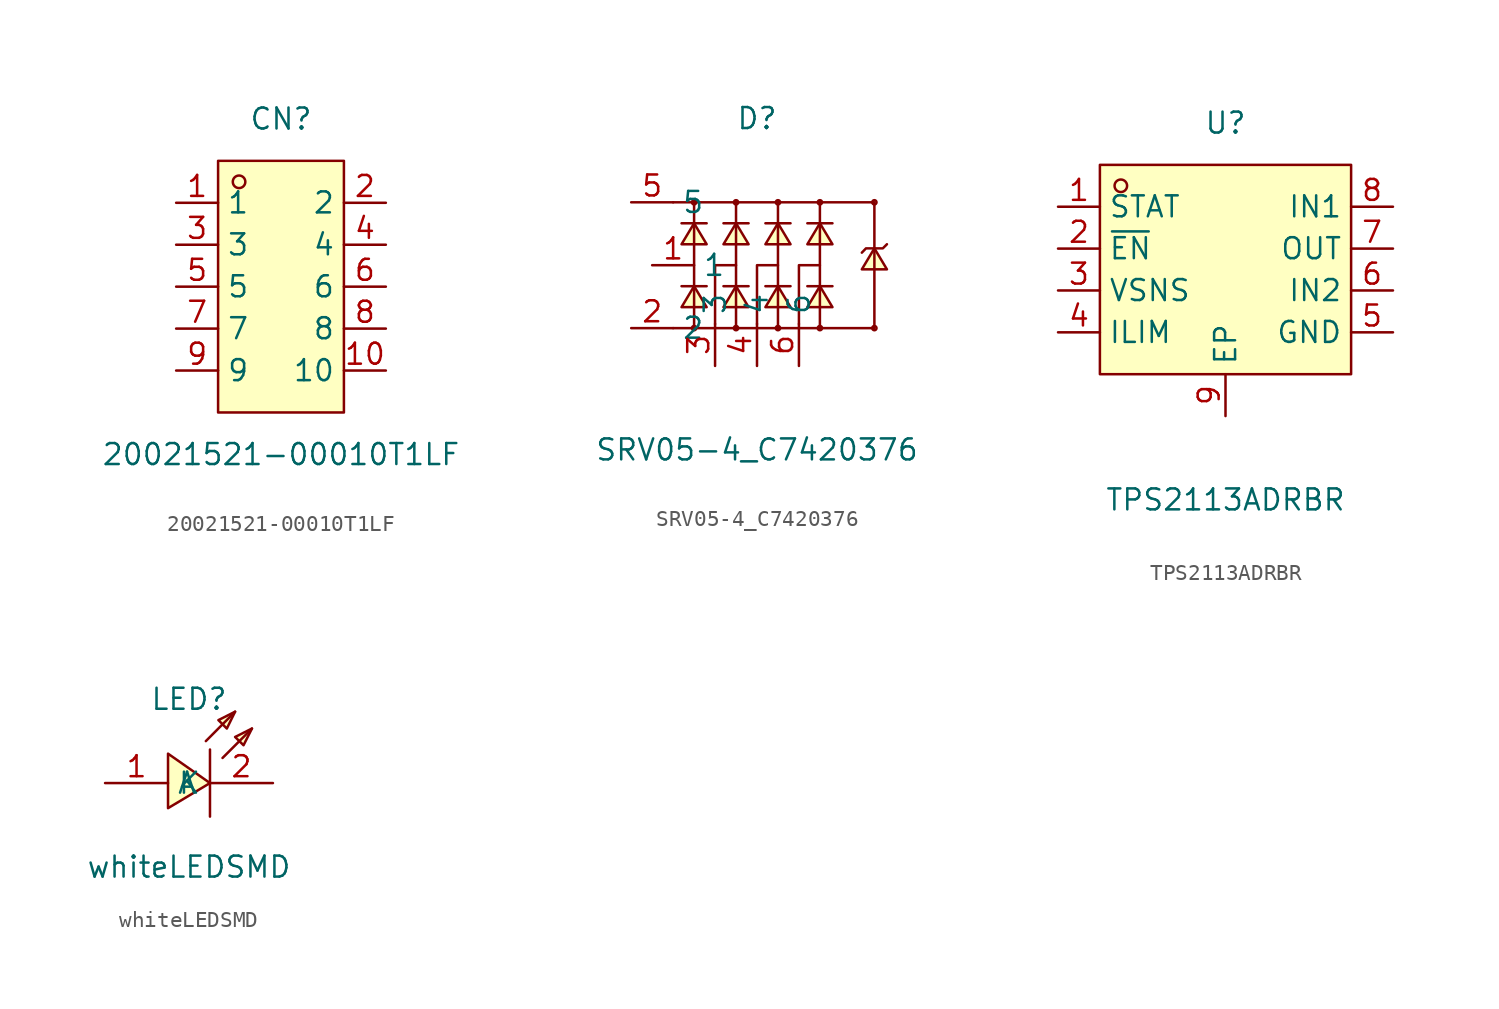
<source format=kicad_sym>
(kicad_symbol_lib
  (version 20220914)
  (generator https://github.com/uPesy/easyeda2kicad.py)
  (symbol "20021521-00010T1LF"
    (property "Reference" "CN"
      (at 0 10.16 0)
      (effects (font (size 1.27 1.27))))
    (property "Value" "20021521-00010T1LF"
      (at 0 -10.16 0)
      (effects (font (size 1.27 1.27))))
    (symbol "20021521-00010T1LF_0_1"
      (rectangle (start -3.81 7.62) (end 3.81 -7.62) (stroke (width 0) (type default) (color 0 0 0 0)) (fill (type background)))
      (circle (center -2.54 6.35) (radius 0.38) (stroke (width 0) (type default) (color 0 0 0 0)) (fill (type none)))
      (pin unspecified line (at -6.35 5.08 0) (length 2.54) (name "1" (effects (font (size 1.27 1.27)))) (number "1" (effects (font (size 1.27 1.27)))))
      (pin unspecified line (at 6.35 -5.08 180) (length 2.54) (name "10" (effects (font (size 1.27 1.27)))) (number "10" (effects (font (size 1.27 1.27)))))
      (pin unspecified line (at -6.35 2.54 0) (length 2.54) (name "3" (effects (font (size 1.27 1.27)))) (number "3" (effects (font (size 1.27 1.27)))))
      (pin unspecified line (at 6.35 -2.54 180) (length 2.54) (name "8" (effects (font (size 1.27 1.27)))) (number "8" (effects (font (size 1.27 1.27)))))
      (pin unspecified line (at -6.35 -0.00 0) (length 2.54) (name "5" (effects (font (size 1.27 1.27)))) (number "5" (effects (font (size 1.27 1.27)))))
      (pin unspecified line (at 6.35 -0.00 180) (length 2.54) (name "6" (effects (font (size 1.27 1.27)))) (number "6" (effects (font (size 1.27 1.27)))))
      (pin unspecified line (at -6.35 -2.54 0) (length 2.54) (name "7" (effects (font (size 1.27 1.27)))) (number "7" (effects (font (size 1.27 1.27)))))
      (pin unspecified line (at 6.35 2.54 180) (length 2.54) (name "4" (effects (font (size 1.27 1.27)))) (number "4" (effects (font (size 1.27 1.27)))))
      (pin unspecified line (at -6.35 -5.08 0) (length 2.54) (name "9" (effects (font (size 1.27 1.27)))) (number "9" (effects (font (size 1.27 1.27)))))
      (pin unspecified line (at 6.35 5.08 180) (length 2.54) (name "2" (effects (font (size 1.27 1.27)))) (number "2" (effects (font (size 1.27 1.27)))))))
  (symbol "SRV05-4_C7420376"
    (property "Reference" "D"
      (at 0 10.16 0)
      (effects (font (size 1.27 1.27))))
    (property "Value" "SRV05-4_C7420376"
      (at 0 -9.91 0)
      (effects (font (size 1.27 1.27))))
    (symbol "SRV05-4_C7420376_0_1"
      (circle (center -3.81 5.08) (radius 0.13) (stroke (width 0) (type default) (color 0 0 0 0)) (fill (type none)))
      (circle (center -1.27 5.08) (radius 0.13) (stroke (width 0) (type default) (color 0 0 0 0)) (fill (type none)))
      (circle (center 1.27 5.08) (radius 0.13) (stroke (width 0) (type default) (color 0 0 0 0)) (fill (type none)))
      (circle (center 3.81 5.08) (radius 0.13) (stroke (width 0) (type default) (color 0 0 0 0)) (fill (type none)))
      (circle (center 3.81 -2.54) (radius 0.13) (stroke (width 0) (type default) (color 0 0 0 0)) (fill (type none)))
      (circle (center 1.27 -2.54) (radius 0.13) (stroke (width 0) (type default) (color 0 0 0 0)) (fill (type none)))
      (circle (center -1.27 -2.54) (radius 0.13) (stroke (width 0) (type default) (color 0 0 0 0)) (fill (type none)))
      (circle (center -3.81 -2.54) (radius 0.13) (stroke (width 0) (type default) (color 0 0 0 0)) (fill (type none)))
      (circle (center 7.11 -2.54) (radius 0.13) (stroke (width 0) (type default) (color 0 0 0 0)) (fill (type none)))
      (circle (center 7.11 5.08) (radius 0.13) (stroke (width 0) (type default) (color 0 0 0 0)) (fill (type none)))
      (polyline (pts (xy -4.57 3.81) (xy -4.32 3.81) (xy -3.30 3.81) (xy -3.05 3.81)) (stroke (width 0) (type default) (color 0 0 0 0)) (fill (type none)))
      (polyline (pts (xy -2.03 3.81) (xy -1.78 3.81) (xy -0.76 3.81) (xy -0.51 3.81)) (stroke (width 0) (type default) (color 0 0 0 0)) (fill (type none)))
      (polyline (pts (xy 3.05 3.81) (xy 3.30 3.81) (xy 4.32 3.81) (xy 4.57 3.81)) (stroke (width 0) (type default) (color 0 0 0 0)) (fill (type none)))
      (polyline (pts (xy 0.51 3.81) (xy 0.76 3.81) (xy 1.78 3.81) (xy 2.03 3.81)) (stroke (width 0) (type default) (color 0 0 0 0)) (fill (type none)))
      (polyline (pts (xy 0.51 -0.00) (xy 0.76 -0.00) (xy 1.78 -0.00) (xy 2.03 -0.00)) (stroke (width 0) (type default) (color 0 0 0 0)) (fill (type none)))
      (polyline (pts (xy 3.05 -0.00) (xy 3.30 -0.00) (xy 4.32 -0.00) (xy 4.57 -0.00)) (stroke (width 0) (type default) (color 0 0 0 0)) (fill (type none)))
      (polyline (pts (xy -2.03 -0.00) (xy -1.78 -0.00) (xy -0.76 -0.00) (xy -0.51 -0.00)) (stroke (width 0) (type default) (color 0 0 0 0)) (fill (type none)))
      (polyline (pts (xy -4.57 -0.00) (xy -4.32 -0.00) (xy -3.30 -0.00) (xy -3.05 -0.00)) (stroke (width 0) (type default) (color 0 0 0 0)) (fill (type none)))
      (polyline (pts (xy 6.35 2.03) (xy 6.60 2.29) (xy 7.62 2.29) (xy 7.87 2.54)) (stroke (width 0) (type default) (color 0 0 0 0)) (fill (type none)))
      (polyline (pts (xy -5.08 5.08) (xy 7.11 5.08) (xy 7.11 -2.54) (xy -5.08 -2.54)) (stroke (width 0) (type default) (color 0 0 0 0)) (fill (type none)))
      (polyline (pts (xy -3.81 5.08) (xy -3.81 -2.54)) (stroke (width 0) (type default) (color 0 0 0 0)) (fill (type none)))
      (polyline (pts (xy -1.27 5.08) (xy -1.27 -2.54)) (stroke (width 0) (type default) (color 0 0 0 0)) (fill (type none)))
      (polyline (pts (xy 1.27 5.08) (xy 1.27 -2.54)) (stroke (width 0) (type default) (color 0 0 0 0)) (fill (type none)))
      (polyline (pts (xy 3.81 5.08) (xy 3.81 -2.54)) (stroke (width 0) (type default) (color 0 0 0 0)) (fill (type none)))
      (polyline (pts (xy -1.27 1.27) (xy -2.54 1.27) (xy -2.54 -2.29)) (stroke (width 0) (type default) (color 0 0 0 0)) (fill (type none)))
      (polyline (pts (xy 1.27 1.27) (xy 0.00 1.27) (xy 0.00 -2.29)) (stroke (width 0) (type default) (color 0 0 0 0)) (fill (type none)))
      (polyline (pts (xy 3.81 1.27) (xy 2.54 1.27) (xy 2.54 -2.29)) (stroke (width 0) (type default) (color 0 0 0 0)) (fill (type none)))
      (polyline (pts (xy -3.81 3.81) (xy -4.57 2.54) (xy -3.05 2.54) (xy -3.81 3.81)) (stroke (width 0) (type default) (color 0 0 0 0)) (fill (type background)))
      (polyline (pts (xy -1.27 3.81) (xy -2.03 2.54) (xy -0.51 2.54) (xy -1.27 3.81)) (stroke (width 0) (type default) (color 0 0 0 0)) (fill (type background)))
      (polyline (pts (xy 3.81 3.81) (xy 3.05 2.54) (xy 4.57 2.54) (xy 3.81 3.81)) (stroke (width 0) (type default) (color 0 0 0 0)) (fill (type background)))
      (polyline (pts (xy 1.27 3.81) (xy 0.51 2.54) (xy 2.03 2.54) (xy 1.27 3.81)) (stroke (width 0) (type default) (color 0 0 0 0)) (fill (type background)))
      (polyline (pts (xy 1.27 -0.00) (xy 0.51 -1.27) (xy 2.03 -1.27) (xy 1.27 -0.00)) (stroke (width 0) (type default) (color 0 0 0 0)) (fill (type background)))
      (polyline (pts (xy 3.81 -0.00) (xy 3.05 -1.27) (xy 4.57 -1.27) (xy 3.81 -0.00)) (stroke (width 0) (type default) (color 0 0 0 0)) (fill (type background)))
      (polyline (pts (xy -1.27 -0.00) (xy -2.03 -1.27) (xy -0.51 -1.27) (xy -1.27 -0.00)) (stroke (width 0) (type default) (color 0 0 0 0)) (fill (type background)))
      (polyline (pts (xy -3.81 -0.00) (xy -4.57 -1.27) (xy -3.05 -1.27) (xy -3.81 -0.00)) (stroke (width 0) (type default) (color 0 0 0 0)) (fill (type background)))
      (polyline (pts (xy 7.11 2.29) (xy 6.35 1.02) (xy 7.87 1.02) (xy 7.11 2.29)) (stroke (width 0) (type default) (color 0 0 0 0)) (fill (type background)))
      (pin unspecified line (at -7.62 -2.54 0) (length 2.54) (name "2" (effects (font (size 1.27 1.27)))) (number "2" (effects (font (size 1.27 1.27)))))
      (pin unspecified line (at -2.54 -4.83 90) (length 2.54) (name "3" (effects (font (size 1.27 1.27)))) (number "3" (effects (font (size 1.27 1.27)))))
      (pin unspecified line (at 0.00 -4.83 90) (length 2.54) (name "4" (effects (font (size 1.27 1.27)))) (number "4" (effects (font (size 1.27 1.27)))))
      (pin unspecified line (at 2.54 -4.83 90) (length 2.54) (name "6" (effects (font (size 1.27 1.27)))) (number "6" (effects (font (size 1.27 1.27)))))
      (pin unspecified line (at -7.62 5.08 0) (length 2.54) (name "5" (effects (font (size 1.27 1.27)))) (number "5" (effects (font (size 1.27 1.27)))))
      (pin unspecified line (at -6.35 1.27 0) (length 2.54) (name "1" (effects (font (size 1.27 1.27)))) (number "1" (effects (font (size 1.27 1.27)))))))
  (symbol "TPS2113ADRBR"
    (property "Reference" "U"
      (at 0 8.89 0)
      (effects (font (size 1.27 1.27))))
    (property "Value" "TPS2113ADRBR"
      (at 0 -13.97 0)
      (effects (font (size 1.27 1.27))))
    (symbol "TPS2113ADRBR_0_1"
      (rectangle (start -7.62 6.35) (end 7.62 -6.35) (stroke (width 0) (type default)) (fill (type background)))
      (circle (center -6.35 5.08) (radius 0.38) (stroke (width 0) (type default)) (fill (type none)))
      (pin unspecified line (at -10.16 3.81 0) (length 2.54) (name "STAT" (effects (font (size 1.27 1.27)))) (number "1" (effects (font (size 1.27 1.27)))))
      (pin unspecified line (at -10.16 1.27 0) (length 2.54) (name "~{EN}" (effects (font (size 1.27 1.27)))) (number "2" (effects (font (size 1.27 1.27)))))
      (pin unspecified line (at -10.16 -1.27 0) (length 2.54) (name "VSNS" (effects (font (size 1.27 1.27)))) (number "3" (effects (font (size 1.27 1.27)))))
      (pin unspecified line (at -10.16 -3.81 0) (length 2.54) (name "ILIM" (effects (font (size 1.27 1.27)))) (number "4" (effects (font (size 1.27 1.27)))))
      (pin unspecified line (at 10.16 -3.81 180) (length 2.54) (name "GND" (effects (font (size 1.27 1.27)))) (number "5" (effects (font (size 1.27 1.27)))))
      (pin unspecified line (at 10.16 -1.27 180) (length 2.54) (name "IN2" (effects (font (size 1.27 1.27)))) (number "6" (effects (font (size 1.27 1.27)))))
      (pin unspecified line (at 10.16 1.27 180) (length 2.54) (name "OUT" (effects (font (size 1.27 1.27)))) (number "7" (effects (font (size 1.27 1.27)))))
      (pin unspecified line (at 10.16 3.81 180) (length 2.54) (name "IN1" (effects (font (size 1.27 1.27)))) (number "8" (effects (font (size 1.27 1.27)))))
      (pin unspecified line (at 0 -8.89 90) (length 2.54) (name "EP" (effects (font (size 1.27 1.27)))) (number "9" (effects (font (size 1.27 1.27)))))))
  (symbol "whiteLEDSMD"
    (property "Reference" "LED"
      (at 0 3.81 0)
      (effects (font (size 1.27 1.27))))
    (property "Value" "whiteLEDSMD"
      (at 0 -6.35 0)
      (effects (font (size 1.27 1.27))))
    (symbol "whiteLEDSMD_0_1"
      (polyline (pts (xy 3.81 2.03) (xy 2.79 1.52) (xy 3.30 1.02) (xy 3.81 2.03)) (stroke (width 0) (type default) (color 0 0 0 0)) (fill (type background)))
      (polyline (pts (xy 2.79 3.05) (xy 1.78 2.54) (xy 2.29 2.03) (xy 2.79 3.05)) (stroke (width 0) (type default) (color 0 0 0 0)) (fill (type background)))
      (polyline (pts (xy -1.27 -2.79) (xy 1.27 -1.27) (xy -1.27 0.51) (xy -1.27 -2.79)) (stroke (width 0) (type default) (color 0 0 0 0)) (fill (type background)))
      (polyline (pts (xy 2.03 0.25) (xy 3.81 2.03)) (stroke (width 0) (type default) (color 0 0 0 0)) (fill (type none)))
      (polyline (pts (xy 1.02 1.27) (xy 2.79 3.05)) (stroke (width 0) (type default) (color 0 0 0 0)) (fill (type none)))
      (polyline (pts (xy 1.27 0.76) (xy 1.27 -3.30)) (stroke (width 0) (type default) (color 0 0 0 0)) (fill (type none)))
      (pin unspecified line (at 5.08 -1.27 180) (length 3.81) (name "K" (effects (font (size 1.27 1.27)))) (number "2" (effects (font (size 1.27 1.27)))))
      (pin unspecified line (at -5.08 -1.27 0) (length 3.81) (name "A" (effects (font (size 1.27 1.27)))) (number "1" (effects (font (size 1.27 1.27))))))))
</source>
